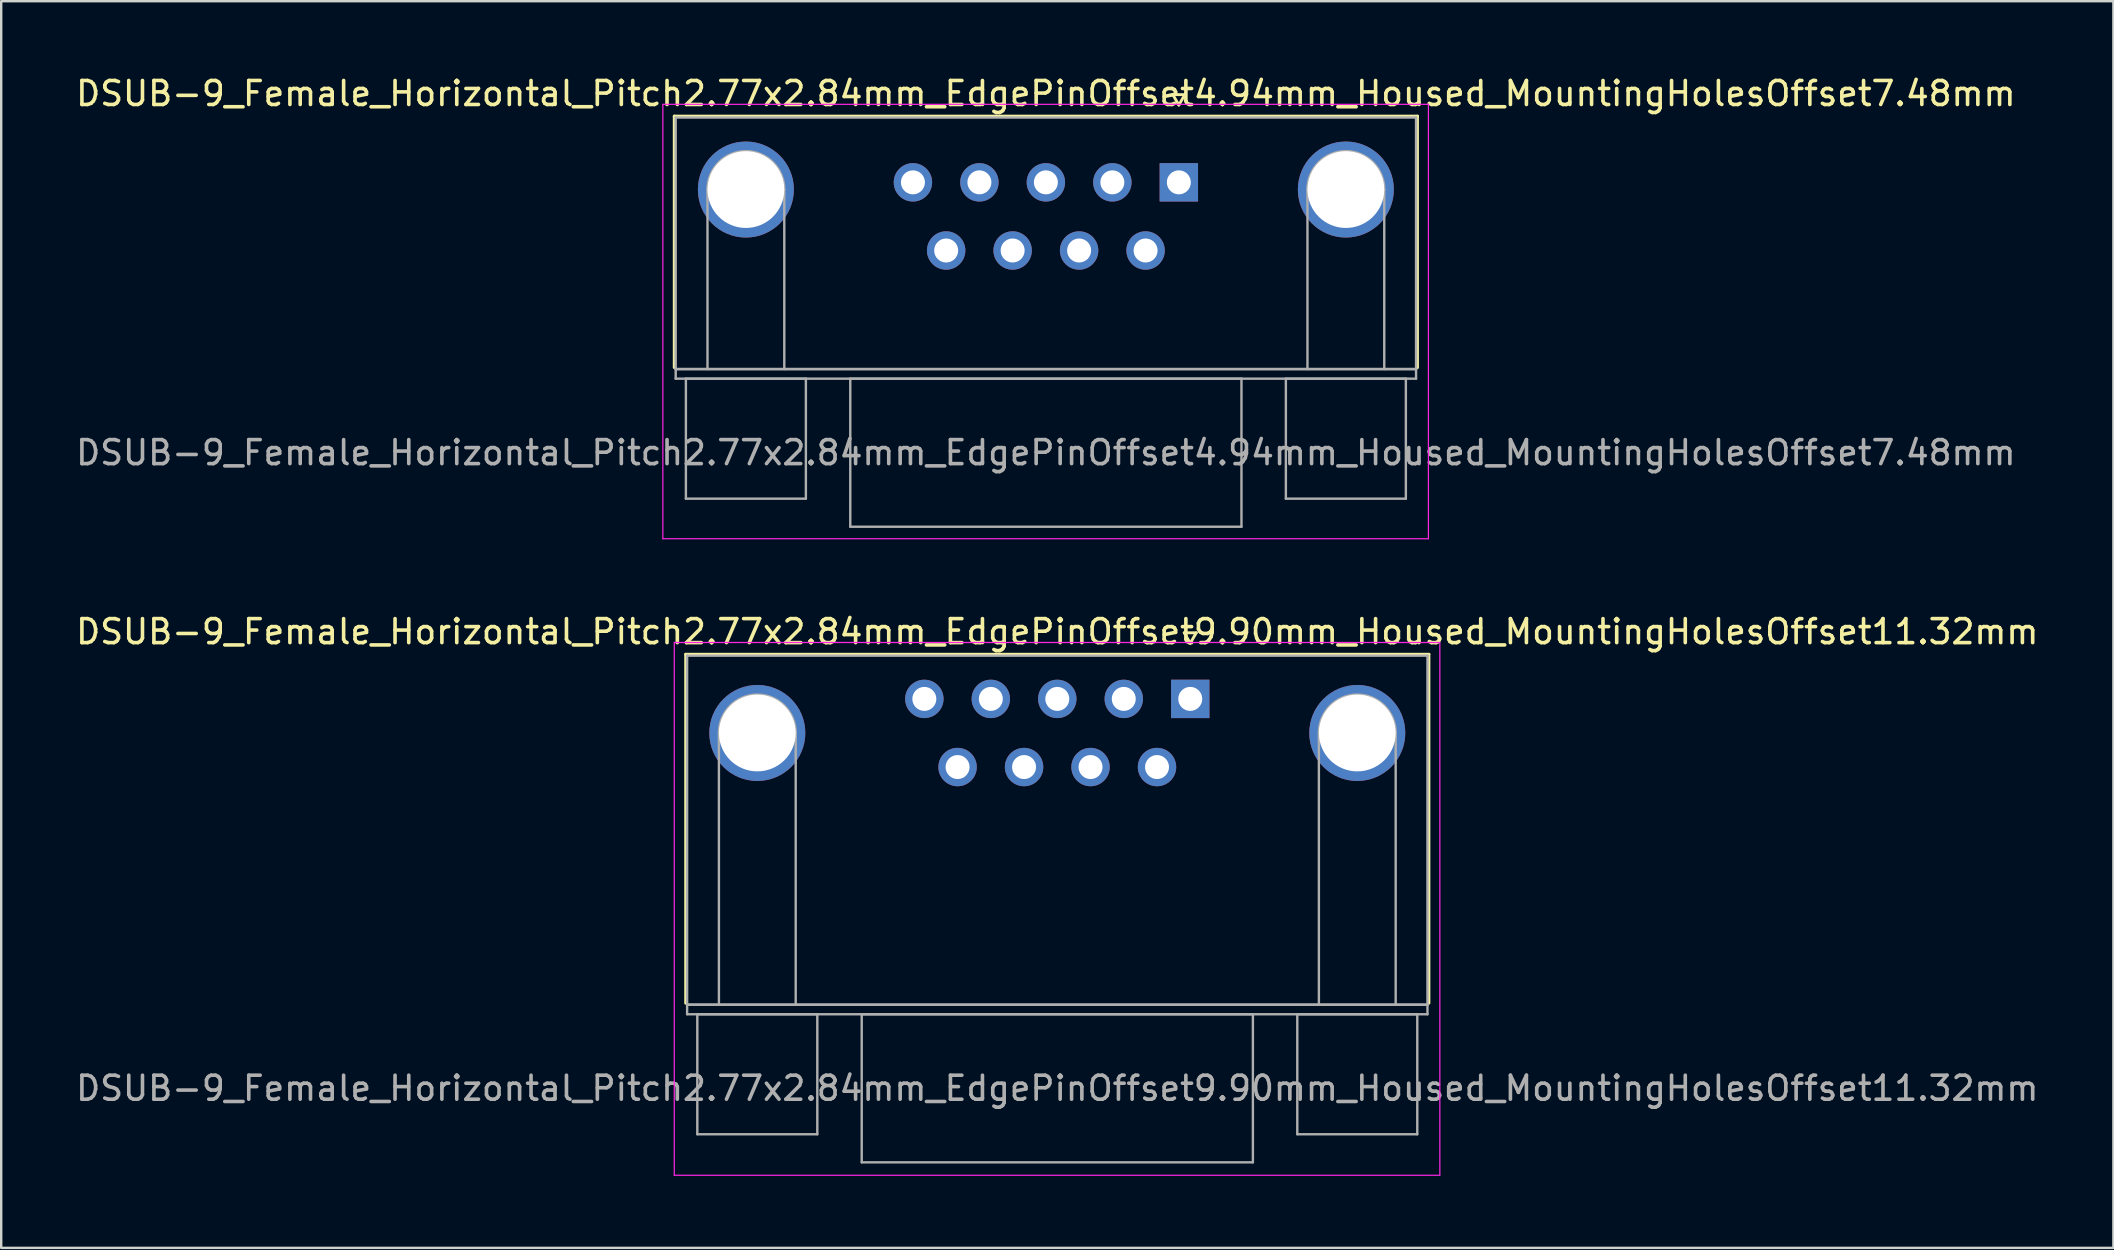
<source format=kicad_pcb>
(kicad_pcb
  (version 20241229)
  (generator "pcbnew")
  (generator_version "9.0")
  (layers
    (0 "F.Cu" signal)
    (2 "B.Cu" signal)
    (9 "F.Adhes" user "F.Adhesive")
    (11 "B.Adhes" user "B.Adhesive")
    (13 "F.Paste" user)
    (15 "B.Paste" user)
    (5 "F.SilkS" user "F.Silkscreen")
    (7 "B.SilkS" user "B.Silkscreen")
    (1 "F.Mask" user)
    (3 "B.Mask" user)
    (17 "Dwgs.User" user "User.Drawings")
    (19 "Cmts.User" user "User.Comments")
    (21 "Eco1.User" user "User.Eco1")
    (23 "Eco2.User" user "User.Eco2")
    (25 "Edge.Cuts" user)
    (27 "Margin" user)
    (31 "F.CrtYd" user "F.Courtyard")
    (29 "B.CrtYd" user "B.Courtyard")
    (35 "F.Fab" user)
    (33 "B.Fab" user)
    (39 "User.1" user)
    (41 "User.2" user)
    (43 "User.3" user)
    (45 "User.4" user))
  (footprint "DSUB-9_Female_Horizontal_Pitch2.77x2.84mm_EdgePinOffset4.94mm_Housed_MountingHolesOffset7.48mm"
    (layer "F.Cu")
    (at 46.07 4.548)
    (property "Reference" "DSUB-9_Female_Horizontal_Pitch2.77x2.84mm_EdgePinOffset4.94mm_Housed_MountingHolesOffset7.48mm" (at -5.54 -3.7 0) (layer "F.SilkS") (effects (font (size 1 1) (thickness 0.15))))
    (attr through_hole)
    (fp_line (start -21.025 -2.76) (end 9.945 -2.76) (stroke (width 0.12) (type solid)) (layer "F.SilkS"))
    (fp_line (start -21.025 7.72) (end -21.025 -2.76) (stroke (width 0.12) (type solid)) (layer "F.SilkS"))
    (fp_line (start -0.25 -3.654) (end 0.25 -3.654) (stroke (width 0.12) (type solid)) (layer "F.SilkS"))
    (fp_line (start 0 -3.221) (end -0.25 -3.654) (stroke (width 0.12) (type solid)) (layer "F.SilkS"))
    (fp_line (start 0.25 -3.654) (end 0 -3.221) (stroke (width 0.12) (type solid)) (layer "F.SilkS"))
    (fp_line (start 9.945 -2.76) (end 9.945 7.72) (stroke (width 0.12) (type solid)) (layer "F.SilkS"))
    (fp_line (start -21.5 -3.25) (end -21.5 14.85) (stroke (width 0.05) (type solid)) (layer "F.CrtYd"))
    (fp_line (start -21.5 14.85) (end 10.4 14.85) (stroke (width 0.05) (type solid)) (layer "F.CrtYd"))
    (fp_line (start 10.4 -3.25) (end -21.5 -3.25) (stroke (width 0.05) (type solid)) (layer "F.CrtYd"))
    (fp_line (start 10.4 14.85) (end 10.4 -3.25) (stroke (width 0.05) (type solid)) (layer "F.CrtYd"))
    (fp_line (start -20.965 -2.7) (end -20.965 7.78) (stroke (width 0.1) (type solid)) (layer "F.Fab"))
    (fp_line (start -20.965 7.78) (end -20.965 8.18) (stroke (width 0.1) (type solid)) (layer "F.Fab"))
    (fp_line (start -20.965 7.78) (end 9.885 7.78) (stroke (width 0.1) (type solid)) (layer "F.Fab"))
    (fp_line (start -20.965 8.18) (end 9.885 8.18) (stroke (width 0.1) (type solid)) (layer "F.Fab"))
    (fp_line (start -20.54 8.18) (end -20.54 13.18) (stroke (width 0.1) (type solid)) (layer "F.Fab"))
    (fp_line (start -20.54 13.18) (end -15.54 13.18) (stroke (width 0.1) (type solid)) (layer "F.Fab"))
    (fp_line (start -19.64 7.78) (end -19.64 0.3) (stroke (width 0.1) (type solid)) (layer "F.Fab"))
    (fp_line (start -16.44 7.78) (end -16.44 0.3) (stroke (width 0.1) (type solid)) (layer "F.Fab"))
    (fp_line (start -15.54 8.18) (end -20.54 8.18) (stroke (width 0.1) (type solid)) (layer "F.Fab"))
    (fp_line (start -15.54 13.18) (end -15.54 8.18) (stroke (width 0.1) (type solid)) (layer "F.Fab"))
    (fp_line (start -13.69 8.18) (end -13.69 14.35) (stroke (width 0.1) (type solid)) (layer "F.Fab"))
    (fp_line (start -13.69 14.35) (end 2.61 14.35) (stroke (width 0.1) (type solid)) (layer "F.Fab"))
    (fp_line (start 2.61 8.18) (end -13.69 8.18) (stroke (width 0.1) (type solid)) (layer "F.Fab"))
    (fp_line (start 2.61 14.35) (end 2.61 8.18) (stroke (width 0.1) (type solid)) (layer "F.Fab"))
    (fp_line (start 4.46 8.18) (end 4.46 13.18) (stroke (width 0.1) (type solid)) (layer "F.Fab"))
    (fp_line (start 4.46 13.18) (end 9.46 13.18) (stroke (width 0.1) (type solid)) (layer "F.Fab"))
    (fp_line (start 5.36 7.78) (end 5.36 0.3) (stroke (width 0.1) (type solid)) (layer "F.Fab"))
    (fp_line (start 8.56 7.78) (end 8.56 0.3) (stroke (width 0.1) (type solid)) (layer "F.Fab"))
    (fp_line (start 9.46 8.18) (end 4.46 8.18) (stroke (width 0.1) (type solid)) (layer "F.Fab"))
    (fp_line (start 9.46 13.18) (end 9.46 8.18) (stroke (width 0.1) (type solid)) (layer "F.Fab"))
    (fp_line (start 9.885 -2.7) (end -20.965 -2.7) (stroke (width 0.1) (type solid)) (layer "F.Fab"))
    (fp_line (start 9.885 7.78) (end -20.965 7.78) (stroke (width 0.1) (type solid)) (layer "F.Fab"))
    (fp_line (start 9.885 7.78) (end 9.885 -2.7) (stroke (width 0.1) (type solid)) (layer "F.Fab"))
    (fp_line (start 9.885 8.18) (end 9.885 7.78) (stroke (width 0.1) (type solid)) (layer "F.Fab"))
    (fp_arc (start -19.64 0.3) (mid -18.04 -1.3) (end -16.44 0.3) (stroke (width 0.1) (type solid)) (layer "F.Fab"))
    (fp_arc (start 5.36 0.3) (mid 6.96 -1.3) (end 8.56 0.3) (stroke (width 0.1) (type solid)) (layer "F.Fab"))
    (fp_text user "${REFERENCE}" (at -5.54 11.265 0) (layer "F.Fab") (effects (font (size 1 1) (thickness 0.15))))
    (pad "0" thru_hole circle (at -18.04 0.3) (size 4 4) (drill 3.2) (layers "*.Cu" "*.Mask"))
    (pad "0" thru_hole circle (at 6.96 0.3) (size 4 4) (drill 3.2) (layers "*.Cu" "*.Mask"))
    (pad "1" thru_hole rect (at 0 0) (size 1.6 1.6) (drill 1) (layers "*.Cu" "*.Mask"))
    (pad "2" thru_hole circle (at -2.77 0) (size 1.6 1.6) (drill 1) (layers "*.Cu" "*.Mask"))
    (pad "3" thru_hole circle (at -5.54 0) (size 1.6 1.6) (drill 1) (layers "*.Cu" "*.Mask"))
    (pad "4" thru_hole circle (at -8.31 0) (size 1.6 1.6) (drill 1) (layers "*.Cu" "*.Mask"))
    (pad "5" thru_hole circle (at -11.08 0) (size 1.6 1.6) (drill 1) (layers "*.Cu" "*.Mask"))
    (pad "6" thru_hole circle (at -1.385 2.84) (size 1.6 1.6) (drill 1) (layers "*.Cu" "*.Mask"))
    (pad "7" thru_hole circle (at -4.155 2.84) (size 1.6 1.6) (drill 1) (layers "*.Cu" "*.Mask"))
    (pad "8" thru_hole circle (at -6.925 2.84) (size 1.6 1.6) (drill 1) (layers "*.Cu" "*.Mask"))
    (pad "9" thru_hole circle (at -9.695 2.84) (size 1.6 1.6) (drill 1) (layers "*.Cu" "*.Mask")))
  (footprint "DSUB-9_Female_Horizontal_Pitch2.77x2.84mm_EdgePinOffset9.90mm_Housed_MountingHolesOffset11.32mm"
    (layer "F.Cu")
    (at 46.546 26.072)
    (property "Reference" "DSUB-9_Female_Horizontal_Pitch2.77x2.84mm_EdgePinOffset9.90mm_Housed_MountingHolesOffset11.32mm" (at -5.54 -2.8 0) (layer "F.SilkS") (effects (font (size 1 1) (thickness 0.15))))
    (attr through_hole)
    (fp_line (start -21.025 -1.86) (end 9.945 -1.86) (stroke (width 0.12) (type solid)) (layer "F.SilkS"))
    (fp_line (start -21.025 12.68) (end -21.025 -1.86) (stroke (width 0.12) (type solid)) (layer "F.SilkS"))
    (fp_line (start -0.25 -2.754) (end 0.25 -2.754) (stroke (width 0.12) (type solid)) (layer "F.SilkS"))
    (fp_line (start 0 -2.321) (end -0.25 -2.754) (stroke (width 0.12) (type solid)) (layer "F.SilkS"))
    (fp_line (start 0.25 -2.754) (end 0 -2.321) (stroke (width 0.12) (type solid)) (layer "F.SilkS"))
    (fp_line (start 9.945 -1.86) (end 9.945 12.68) (stroke (width 0.12) (type solid)) (layer "F.SilkS"))
    (fp_line (start -21.5 -2.35) (end -21.5 19.85) (stroke (width 0.05) (type solid)) (layer "F.CrtYd"))
    (fp_line (start -21.5 19.85) (end 10.4 19.85) (stroke (width 0.05) (type solid)) (layer "F.CrtYd"))
    (fp_line (start 10.4 -2.35) (end -21.5 -2.35) (stroke (width 0.05) (type solid)) (layer "F.CrtYd"))
    (fp_line (start 10.4 19.85) (end 10.4 -2.35) (stroke (width 0.05) (type solid)) (layer "F.CrtYd"))
    (fp_line (start -20.965 -1.8) (end -20.965 12.74) (stroke (width 0.1) (type solid)) (layer "F.Fab"))
    (fp_line (start -20.965 12.74) (end -20.965 13.14) (stroke (width 0.1) (type solid)) (layer "F.Fab"))
    (fp_line (start -20.965 12.74) (end 9.885 12.74) (stroke (width 0.1) (type solid)) (layer "F.Fab"))
    (fp_line (start -20.965 13.14) (end 9.885 13.14) (stroke (width 0.1) (type solid)) (layer "F.Fab"))
    (fp_line (start -20.54 13.14) (end -20.54 18.14) (stroke (width 0.1) (type solid)) (layer "F.Fab"))
    (fp_line (start -20.54 18.14) (end -15.54 18.14) (stroke (width 0.1) (type solid)) (layer "F.Fab"))
    (fp_line (start -19.64 12.74) (end -19.64 1.42) (stroke (width 0.1) (type solid)) (layer "F.Fab"))
    (fp_line (start -16.44 12.74) (end -16.44 1.42) (stroke (width 0.1) (type solid)) (layer "F.Fab"))
    (fp_line (start -15.54 13.14) (end -20.54 13.14) (stroke (width 0.1) (type solid)) (layer "F.Fab"))
    (fp_line (start -15.54 18.14) (end -15.54 13.14) (stroke (width 0.1) (type solid)) (layer "F.Fab"))
    (fp_line (start -13.69 13.14) (end -13.69 19.31) (stroke (width 0.1) (type solid)) (layer "F.Fab"))
    (fp_line (start -13.69 19.31) (end 2.61 19.31) (stroke (width 0.1) (type solid)) (layer "F.Fab"))
    (fp_line (start 2.61 13.14) (end -13.69 13.14) (stroke (width 0.1) (type solid)) (layer "F.Fab"))
    (fp_line (start 2.61 19.31) (end 2.61 13.14) (stroke (width 0.1) (type solid)) (layer "F.Fab"))
    (fp_line (start 4.46 13.14) (end 4.46 18.14) (stroke (width 0.1) (type solid)) (layer "F.Fab"))
    (fp_line (start 4.46 18.14) (end 9.46 18.14) (stroke (width 0.1) (type solid)) (layer "F.Fab"))
    (fp_line (start 5.36 12.74) (end 5.36 1.42) (stroke (width 0.1) (type solid)) (layer "F.Fab"))
    (fp_line (start 8.56 12.74) (end 8.56 1.42) (stroke (width 0.1) (type solid)) (layer "F.Fab"))
    (fp_line (start 9.46 13.14) (end 4.46 13.14) (stroke (width 0.1) (type solid)) (layer "F.Fab"))
    (fp_line (start 9.46 18.14) (end 9.46 13.14) (stroke (width 0.1) (type solid)) (layer "F.Fab"))
    (fp_line (start 9.885 -1.8) (end -20.965 -1.8) (stroke (width 0.1) (type solid)) (layer "F.Fab"))
    (fp_line (start 9.885 12.74) (end -20.965 12.74) (stroke (width 0.1) (type solid)) (layer "F.Fab"))
    (fp_line (start 9.885 12.74) (end 9.885 -1.8) (stroke (width 0.1) (type solid)) (layer "F.Fab"))
    (fp_line (start 9.885 13.14) (end 9.885 12.74) (stroke (width 0.1) (type solid)) (layer "F.Fab"))
    (fp_arc (start -19.64 1.42) (mid -18.04 -0.18) (end -16.44 1.42) (stroke (width 0.1) (type solid)) (layer "F.Fab"))
    (fp_arc (start 5.36 1.42) (mid 6.96 -0.18) (end 8.56 1.42) (stroke (width 0.1) (type solid)) (layer "F.Fab"))
    (fp_text user "${REFERENCE}" (at -5.54 16.225 0) (layer "F.Fab") (effects (font (size 1 1) (thickness 0.15))))
    (pad "0" thru_hole circle (at -18.04 1.42) (size 4 4) (drill 3.2) (layers "*.Cu" "*.Mask"))
    (pad "0" thru_hole circle (at 6.96 1.42) (size 4 4) (drill 3.2) (layers "*.Cu" "*.Mask"))
    (pad "1" thru_hole rect (at 0 0) (size 1.6 1.6) (drill 1) (layers "*.Cu" "*.Mask"))
    (pad "2" thru_hole circle (at -2.77 0) (size 1.6 1.6) (drill 1) (layers "*.Cu" "*.Mask"))
    (pad "3" thru_hole circle (at -5.54 0) (size 1.6 1.6) (drill 1) (layers "*.Cu" "*.Mask"))
    (pad "4" thru_hole circle (at -8.31 0) (size 1.6 1.6) (drill 1) (layers "*.Cu" "*.Mask"))
    (pad "5" thru_hole circle (at -11.08 0) (size 1.6 1.6) (drill 1) (layers "*.Cu" "*.Mask"))
    (pad "6" thru_hole circle (at -1.385 2.84) (size 1.6 1.6) (drill 1) (layers "*.Cu" "*.Mask"))
    (pad "7" thru_hole circle (at -4.155 2.84) (size 1.6 1.6) (drill 1) (layers "*.Cu" "*.Mask"))
    (pad "8" thru_hole circle (at -6.925 2.84) (size 1.6 1.6) (drill 1) (layers "*.Cu" "*.Mask"))
    (pad "9" thru_hole circle (at -9.695 2.84) (size 1.6 1.6) (drill 1) (layers "*.Cu" "*.Mask")))
  (gr_rect
    (start -3 -3)
    (end 85.012 48.947)
    (stroke (width 0.1) (type default))
    (fill no)
    (layer "Edge.Cuts")))
</source>
